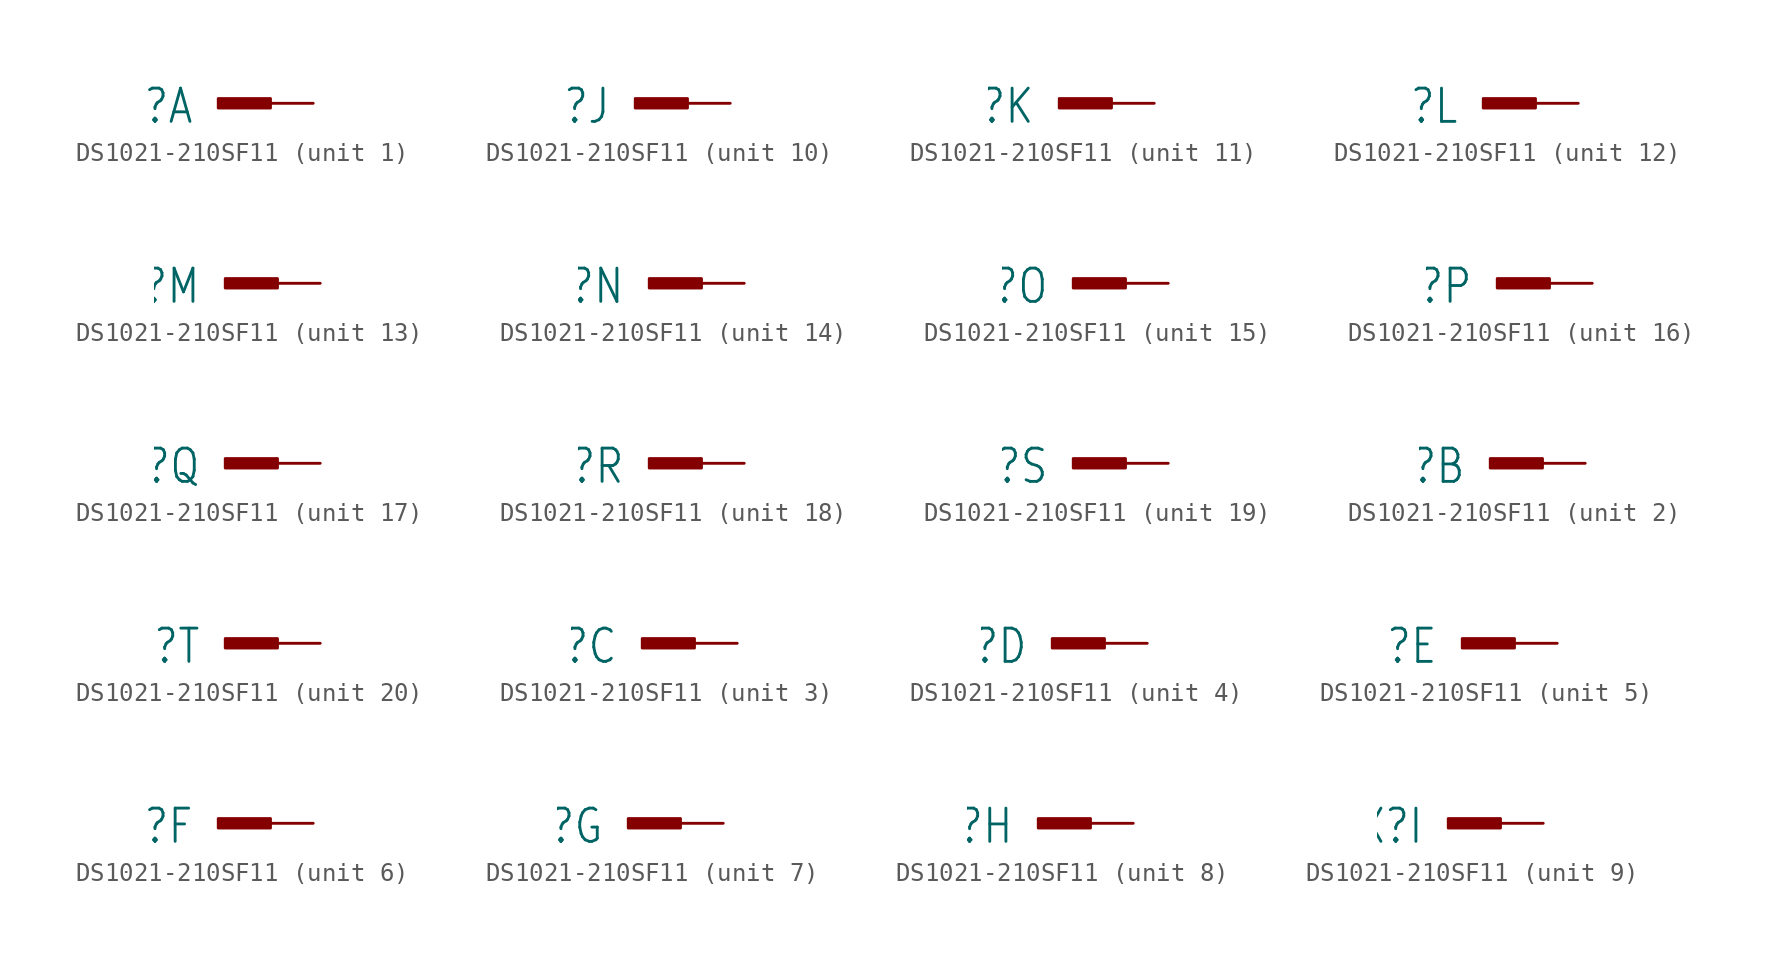
<source format=kicad_sym>
(kicad_symbol_lib
  (version 20211014)
  (generator kicad_symbol_editor)
  (symbol "DS1021-210SF11"
    (property "Reference" "X"
      (at -6.35 0.889 0)
      (effects (font (size 1.778 1.511)) (justify right top)))
    (property "ki_locked" ""
      (at 0 0 0)
      (effects (font (size 1.27 1.27))))
    (symbol "DS1021-210SF11_1_0"
      (rectangle (start -5.08 -0.254) (end -2.286 0.254) (stroke (width 0) (type default) (color 0 0 0 0)) (fill (type outline)))
      (pin passive line (at 0 0 180) (length 2.54) (name "1" (effects (font (size 0 0)))) (number "1" (effects (font (size 0 0))))))
    (symbol "DS1021-210SF11_2_0"
      (rectangle (start -5.08 -0.254) (end -2.286 0.254) (stroke (width 0) (type default) (color 0 0 0 0)) (fill (type outline)))
      (pin passive line (at 0 0 180) (length 2.54) (name "1" (effects (font (size 0 0)))) (number "2" (effects (font (size 0 0))))))
    (symbol "DS1021-210SF11_3_0"
      (rectangle (start -5.08 -0.254) (end -2.286 0.254) (stroke (width 0) (type default) (color 0 0 0 0)) (fill (type outline)))
      (pin passive line (at 0 0 180) (length 2.54) (name "1" (effects (font (size 0 0)))) (number "3" (effects (font (size 0 0))))))
    (symbol "DS1021-210SF11_4_0"
      (rectangle (start -5.08 -0.254) (end -2.286 0.254) (stroke (width 0) (type default) (color 0 0 0 0)) (fill (type outline)))
      (pin passive line (at 0 0 180) (length 2.54) (name "1" (effects (font (size 0 0)))) (number "4" (effects (font (size 0 0))))))
    (symbol "DS1021-210SF11_5_0"
      (rectangle (start -5.08 -0.254) (end -2.286 0.254) (stroke (width 0) (type default) (color 0 0 0 0)) (fill (type outline)))
      (pin passive line (at 0 0 180) (length 2.54) (name "1" (effects (font (size 0 0)))) (number "5" (effects (font (size 0 0))))))
    (symbol "DS1021-210SF11_6_0"
      (rectangle (start -5.08 -0.254) (end -2.286 0.254) (stroke (width 0) (type default) (color 0 0 0 0)) (fill (type outline)))
      (pin passive line (at 0 0 180) (length 2.54) (name "1" (effects (font (size 0 0)))) (number "6" (effects (font (size 0 0))))))
    (symbol "DS1021-210SF11_7_0"
      (rectangle (start -5.08 -0.254) (end -2.286 0.254) (stroke (width 0) (type default) (color 0 0 0 0)) (fill (type outline)))
      (pin passive line (at 0 0 180) (length 2.54) (name "1" (effects (font (size 0 0)))) (number "7" (effects (font (size 0 0))))))
    (symbol "DS1021-210SF11_8_0"
      (rectangle (start -5.08 -0.254) (end -2.286 0.254) (stroke (width 0) (type default) (color 0 0 0 0)) (fill (type outline)))
      (pin passive line (at 0 0 180) (length 2.54) (name "1" (effects (font (size 0 0)))) (number "8" (effects (font (size 0 0))))))
    (symbol "DS1021-210SF11_9_0"
      (rectangle (start -5.08 -0.254) (end -2.286 0.254) (stroke (width 0) (type default) (color 0 0 0 0)) (fill (type outline)))
      (pin passive line (at 0 0 180) (length 2.54) (name "1" (effects (font (size 0 0)))) (number "9" (effects (font (size 0 0))))))
    (symbol "DS1021-210SF11_10_0"
      (rectangle (start -5.08 -0.254) (end -2.286 0.254) (stroke (width 0) (type default) (color 0 0 0 0)) (fill (type outline)))
      (pin passive line (at 0 0 180) (length 2.54) (name "1" (effects (font (size 0 0)))) (number "10" (effects (font (size 0 0))))))
    (symbol "DS1021-210SF11_11_0"
      (rectangle (start -5.08 -0.254) (end -2.286 0.254) (stroke (width 0) (type default) (color 0 0 0 0)) (fill (type outline)))
      (pin passive line (at 0 0 180) (length 2.54) (name "1" (effects (font (size 0 0)))) (number "11" (effects (font (size 0 0))))))
    (symbol "DS1021-210SF11_12_0"
      (rectangle (start -5.08 -0.254) (end -2.286 0.254) (stroke (width 0) (type default) (color 0 0 0 0)) (fill (type outline)))
      (pin passive line (at 0 0 180) (length 2.54) (name "1" (effects (font (size 0 0)))) (number "12" (effects (font (size 0 0))))))
    (symbol "DS1021-210SF11_13_0"
      (rectangle (start -5.08 -0.254) (end -2.286 0.254) (stroke (width 0) (type default) (color 0 0 0 0)) (fill (type outline)))
      (pin passive line (at 0 0 180) (length 2.54) (name "1" (effects (font (size 0 0)))) (number "13" (effects (font (size 0 0))))))
    (symbol "DS1021-210SF11_14_0"
      (rectangle (start -5.08 -0.254) (end -2.286 0.254) (stroke (width 0) (type default) (color 0 0 0 0)) (fill (type outline)))
      (pin passive line (at 0 0 180) (length 2.54) (name "1" (effects (font (size 0 0)))) (number "14" (effects (font (size 0 0))))))
    (symbol "DS1021-210SF11_15_0"
      (rectangle (start -5.08 -0.254) (end -2.286 0.254) (stroke (width 0) (type default) (color 0 0 0 0)) (fill (type outline)))
      (pin passive line (at 0 0 180) (length 2.54) (name "1" (effects (font (size 0 0)))) (number "15" (effects (font (size 0 0))))))
    (symbol "DS1021-210SF11_16_0"
      (rectangle (start -5.08 -0.254) (end -2.286 0.254) (stroke (width 0) (type default) (color 0 0 0 0)) (fill (type outline)))
      (pin passive line (at 0 0 180) (length 2.54) (name "1" (effects (font (size 0 0)))) (number "16" (effects (font (size 0 0))))))
    (symbol "DS1021-210SF11_17_0"
      (rectangle (start -5.08 -0.254) (end -2.286 0.254) (stroke (width 0) (type default) (color 0 0 0 0)) (fill (type outline)))
      (pin passive line (at 0 0 180) (length 2.54) (name "1" (effects (font (size 0 0)))) (number "17" (effects (font (size 0 0))))))
    (symbol "DS1021-210SF11_18_0"
      (rectangle (start -5.08 -0.254) (end -2.286 0.254) (stroke (width 0) (type default) (color 0 0 0 0)) (fill (type outline)))
      (pin passive line (at 0 0 180) (length 2.54) (name "1" (effects (font (size 0 0)))) (number "18" (effects (font (size 0 0))))))
    (symbol "DS1021-210SF11_19_0"
      (rectangle (start -5.08 -0.254) (end -2.286 0.254) (stroke (width 0) (type default) (color 0 0 0 0)) (fill (type outline)))
      (pin passive line (at 0 0 180) (length 2.54) (name "1" (effects (font (size 0 0)))) (number "19" (effects (font (size 0 0))))))
    (symbol "DS1021-210SF11_20_0"
      (rectangle (start -5.08 -0.254) (end -2.286 0.254) (stroke (width 0) (type default) (color 0 0 0 0)) (fill (type outline)))
      (pin passive line (at 0 0 180) (length 2.54) (name "1" (effects (font (size 0 0)))) (number "20" (effects (font (size 0 0))))))))
</source>
